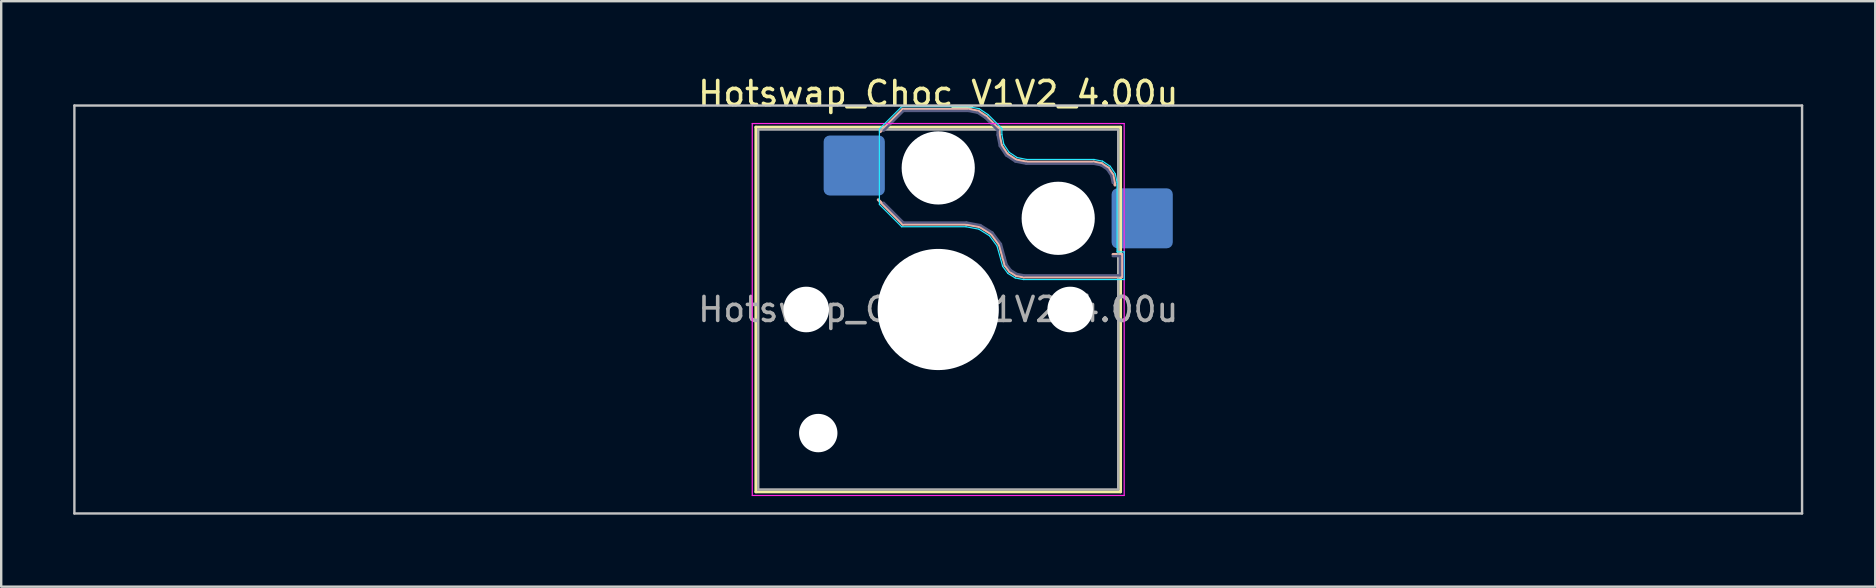
<source format=kicad_pcb>
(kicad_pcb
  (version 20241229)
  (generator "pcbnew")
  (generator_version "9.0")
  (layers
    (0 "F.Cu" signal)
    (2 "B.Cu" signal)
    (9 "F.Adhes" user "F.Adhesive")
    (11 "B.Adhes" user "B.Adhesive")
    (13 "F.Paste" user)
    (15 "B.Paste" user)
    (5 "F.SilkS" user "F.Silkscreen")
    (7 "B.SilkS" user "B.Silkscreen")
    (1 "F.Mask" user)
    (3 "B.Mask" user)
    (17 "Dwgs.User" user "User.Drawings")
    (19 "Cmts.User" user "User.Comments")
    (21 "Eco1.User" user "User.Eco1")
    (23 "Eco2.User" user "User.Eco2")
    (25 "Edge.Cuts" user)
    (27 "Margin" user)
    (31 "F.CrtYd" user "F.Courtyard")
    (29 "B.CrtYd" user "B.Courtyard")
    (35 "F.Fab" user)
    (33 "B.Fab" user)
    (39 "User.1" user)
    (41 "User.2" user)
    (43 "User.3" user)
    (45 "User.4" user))
  (footprint "Hotswap_Choc_V1V2_4.00u"
    (layer "F.Cu")
    (at 36.05 9.848)
    (property "Reference" "Hotswap_Choc_V1V2_4.00u" (at 0 -9 0) (layer "F.SilkS") (effects (font (size 1 1) (thickness 0.15))))
    (attr smd)
    (fp_line (start -7.6 -7.6) (end -7.6 7.6) (stroke (width 0.12) (type solid)) (layer "F.SilkS"))
    (fp_line (start -7.6 7.6) (end 7.6 7.6) (stroke (width 0.12) (type solid)) (layer "F.SilkS"))
    (fp_line (start 7.6 -7.6) (end -7.6 -7.6) (stroke (width 0.12) (type solid)) (layer "F.SilkS"))
    (fp_line (start 7.6 7.6) (end 7.6 -7.6) (stroke (width 0.12) (type solid)) (layer "F.SilkS"))
    (fp_line (start -2.416 -7.409) (end -1.479 -8.346) (stroke (width 0.12) (type solid)) (layer "B.SilkS"))
    (fp_line (start -1.479 -8.346) (end 1.268 -8.346) (stroke (width 0.12) (type solid)) (layer "B.SilkS"))
    (fp_line (start -1.479 -3.554) (end -2.5 -4.575) (stroke (width 0.12) (type solid)) (layer "B.SilkS"))
    (fp_line (start 1.168 -3.554) (end -1.479 -3.554) (stroke (width 0.12) (type solid)) (layer "B.SilkS"))
    (fp_line (start 1.268 -8.346) (end 1.671 -8.266) (stroke (width 0.12) (type solid)) (layer "B.SilkS"))
    (fp_line (start 1.671 -8.266) (end 2.013 -8.037) (stroke (width 0.12) (type solid)) (layer "B.SilkS"))
    (fp_line (start 1.73 -3.449) (end 1.168 -3.554) (stroke (width 0.12) (type solid)) (layer "B.SilkS"))
    (fp_line (start 2.013 -8.037) (end 2.546 -7.504) (stroke (width 0.12) (type solid)) (layer "B.SilkS"))
    (fp_line (start 2.209 -3.15) (end 1.73 -3.449) (stroke (width 0.12) (type solid)) (layer "B.SilkS"))
    (fp_line (start 2.546 -7.504) (end 2.546 -7.282) (stroke (width 0.12) (type solid)) (layer "B.SilkS"))
    (fp_line (start 2.546 -7.282) (end 2.633 -6.844) (stroke (width 0.12) (type solid)) (layer "B.SilkS"))
    (fp_line (start 2.547 -2.697) (end 2.209 -3.15) (stroke (width 0.12) (type solid)) (layer "B.SilkS"))
    (fp_line (start 2.633 -6.844) (end 2.877 -6.477) (stroke (width 0.12) (type solid)) (layer "B.SilkS"))
    (fp_line (start 2.701 -2.139) (end 2.547 -2.697) (stroke (width 0.12) (type solid)) (layer "B.SilkS"))
    (fp_line (start 2.783 -1.841) (end 2.701 -2.139) (stroke (width 0.12) (type solid)) (layer "B.SilkS"))
    (fp_line (start 2.877 -6.477) (end 3.244 -6.233) (stroke (width 0.12) (type solid)) (layer "B.SilkS"))
    (fp_line (start 2.976 -1.583) (end 2.783 -1.841) (stroke (width 0.12) (type solid)) (layer "B.SilkS"))
    (fp_line (start 3.244 -6.233) (end 3.682 -6.146) (stroke (width 0.12) (type solid)) (layer "B.SilkS"))
    (fp_line (start 3.25 -1.413) (end 2.976 -1.583) (stroke (width 0.12) (type solid)) (layer "B.SilkS"))
    (fp_line (start 3.56 -1.354) (end 3.25 -1.413) (stroke (width 0.12) (type solid)) (layer "B.SilkS"))
    (fp_line (start 3.682 -6.146) (end 6.482 -6.146) (stroke (width 0.12) (type solid)) (layer "B.SilkS"))
    (fp_line (start 6.482 -6.146) (end 6.809 -6.081) (stroke (width 0.12) (type solid)) (layer "B.SilkS"))
    (fp_line (start 6.809 -6.081) (end 7.092 -5.892) (stroke (width 0.12) (type solid)) (layer "B.SilkS"))
    (fp_line (start 7.092 -5.892) (end 7.281 -5.609) (stroke (width 0.12) (type solid)) (layer "B.SilkS"))
    (fp_line (start 7.281 -5.609) (end 7.366 -5.182) (stroke (width 0.12) (type solid)) (layer "B.SilkS"))
    (fp_line (start 7.283 -2.296) (end 7.646 -2.296) (stroke (width 0.12) (type solid)) (layer "B.SilkS"))
    (fp_line (start 7.646 -2.296) (end 7.646 -1.354) (stroke (width 0.12) (type solid)) (layer "B.SilkS"))
    (fp_line (start 7.646 -1.354) (end 3.56 -1.354) (stroke (width 0.12) (type solid)) (layer "B.SilkS"))
    (fp_line (start -36 -8.5) (end -36 8.5) (stroke (width 0.1) (type solid)) (layer "Dwgs.User"))
    (fp_line (start -36 8.5) (end 36 8.5) (stroke (width 0.1) (type solid)) (layer "Dwgs.User"))
    (fp_line (start 36 -8.5) (end -36 -8.5) (stroke (width 0.1) (type solid)) (layer "Dwgs.User"))
    (fp_line (start 36 8.5) (end 36 -8.5) (stroke (width 0.1) (type solid)) (layer "Dwgs.User"))
    (fp_line (start -7.25 -7.25) (end -7.25 7.25) (stroke (width 0.1) (type solid)) (layer "Eco1.User"))
    (fp_line (start -7.25 7.25) (end 7.25 7.25) (stroke (width 0.1) (type solid)) (layer "Eco1.User"))
    (fp_line (start 7.25 -7.25) (end -7.25 -7.25) (stroke (width 0.1) (type solid)) (layer "Eco1.User"))
    (fp_line (start 7.25 7.25) (end 7.25 -7.25) (stroke (width 0.1) (type solid)) (layer "Eco1.User"))
    (fp_line (start -2.452 -7.523) (end -1.523 -8.452) (stroke (width 0.05) (type solid)) (layer "B.CrtYd"))
    (fp_line (start -2.452 -4.377) (end -2.452 -7.523) (stroke (width 0.05) (type solid)) (layer "B.CrtYd"))
    (fp_line (start -1.523 -8.452) (end 1.278 -8.452) (stroke (width 0.05) (type solid)) (layer "B.CrtYd"))
    (fp_line (start -1.523 -3.448) (end -2.452 -4.377) (stroke (width 0.05) (type solid)) (layer "B.CrtYd"))
    (fp_line (start 1.159 -3.448) (end -1.523 -3.448) (stroke (width 0.05) (type solid)) (layer "B.CrtYd"))
    (fp_line (start 1.278 -8.452) (end 1.712 -8.366) (stroke (width 0.05) (type solid)) (layer "B.CrtYd"))
    (fp_line (start 1.691 -3.348) (end 1.159 -3.448) (stroke (width 0.05) (type solid)) (layer "B.CrtYd"))
    (fp_line (start 1.712 -8.366) (end 2.081 -8.119) (stroke (width 0.05) (type solid)) (layer "B.CrtYd"))
    (fp_line (start 2.081 -8.119) (end 2.652 -7.548) (stroke (width 0.05) (type solid)) (layer "B.CrtYd"))
    (fp_line (start 2.136 -3.071) (end 1.691 -3.348) (stroke (width 0.05) (type solid)) (layer "B.CrtYd"))
    (fp_line (start 2.45 -2.65) (end 2.136 -3.071) (stroke (width 0.05) (type solid)) (layer "B.CrtYd"))
    (fp_line (start 2.599 -2.111) (end 2.45 -2.65) (stroke (width 0.05) (type solid)) (layer "B.CrtYd"))
    (fp_line (start 2.652 -7.548) (end 2.652 -7.292) (stroke (width 0.05) (type solid)) (layer "B.CrtYd"))
    (fp_line (start 2.652 -7.292) (end 2.733 -6.885) (stroke (width 0.05) (type solid)) (layer "B.CrtYd"))
    (fp_line (start 2.687 -1.794) (end 2.599 -2.111) (stroke (width 0.05) (type solid)) (layer "B.CrtYd"))
    (fp_line (start 2.733 -6.885) (end 2.953 -6.553) (stroke (width 0.05) (type solid)) (layer "B.CrtYd"))
    (fp_line (start 2.903 -1.503) (end 2.687 -1.794) (stroke (width 0.05) (type solid)) (layer "B.CrtYd"))
    (fp_line (start 2.953 -6.553) (end 3.285 -6.333) (stroke (width 0.05) (type solid)) (layer "B.CrtYd"))
    (fp_line (start 3.211 -1.312) (end 2.903 -1.503) (stroke (width 0.05) (type solid)) (layer "B.CrtYd"))
    (fp_line (start 3.285 -6.333) (end 3.692 -6.252) (stroke (width 0.05) (type solid)) (layer "B.CrtYd"))
    (fp_line (start 3.55 -1.248) (end 3.211 -1.312) (stroke (width 0.05) (type solid)) (layer "B.CrtYd"))
    (fp_line (start 3.692 -6.252) (end 6.492 -6.252) (stroke (width 0.05) (type solid)) (layer "B.CrtYd"))
    (fp_line (start 6.492 -6.252) (end 6.85 -6.181) (stroke (width 0.05) (type solid)) (layer "B.CrtYd"))
    (fp_line (start 6.85 -6.181) (end 7.168 -5.968) (stroke (width 0.05) (type solid)) (layer "B.CrtYd"))
    (fp_line (start 7.168 -5.968) (end 7.381 -5.65) (stroke (width 0.05) (type solid)) (layer "B.CrtYd"))
    (fp_line (start 7.381 -5.65) (end 7.452 -5.292) (stroke (width 0.05) (type solid)) (layer "B.CrtYd"))
    (fp_line (start 7.452 -5.292) (end 7.452 -2.402) (stroke (width 0.05) (type solid)) (layer "B.CrtYd"))
    (fp_line (start 7.452 -2.402) (end 7.752 -2.402) (stroke (width 0.05) (type solid)) (layer "B.CrtYd"))
    (fp_line (start 7.752 -2.402) (end 7.752 -1.248) (stroke (width 0.05) (type solid)) (layer "B.CrtYd"))
    (fp_line (start 7.752 -1.248) (end 3.55 -1.248) (stroke (width 0.05) (type solid)) (layer "B.CrtYd"))
    (fp_line (start -7.75 -7.75) (end -7.75 7.75) (stroke (width 0.05) (type solid)) (layer "F.CrtYd"))
    (fp_line (start -7.75 7.75) (end 7.75 7.75) (stroke (width 0.05) (type solid)) (layer "F.CrtYd"))
    (fp_line (start 7.75 -7.75) (end -7.75 -7.75) (stroke (width 0.05) (type solid)) (layer "F.CrtYd"))
    (fp_line (start 7.75 7.75) (end 7.75 -7.75) (stroke (width 0.05) (type solid)) (layer "F.CrtYd"))
    (fp_line (start -2.275 -7.45) (end -1.45 -8.275) (stroke (width 0.1) (type solid)) (layer "B.Fab"))
    (fp_line (start -1.45 -8.275) (end 1.261 -8.275) (stroke (width 0.1) (type solid)) (layer "B.Fab"))
    (fp_line (start -1.45 -3.625) (end -2.275 -4.45) (stroke (width 0.1) (type solid)) (layer "B.Fab"))
    (fp_line (start 1.175 -3.625) (end -1.45 -3.625) (stroke (width 0.1) (type solid)) (layer "B.Fab"))
    (fp_line (start 1.261 -8.275) (end 1.643 -8.199) (stroke (width 0.1) (type solid)) (layer "B.Fab"))
    (fp_line (start 1.643 -8.199) (end 1.968 -7.982) (stroke (width 0.1) (type solid)) (layer "B.Fab"))
    (fp_line (start 1.756 -3.516) (end 1.175 -3.625) (stroke (width 0.1) (type solid)) (layer "B.Fab"))
    (fp_line (start 1.968 -7.982) (end 2.475 -7.475) (stroke (width 0.1) (type solid)) (layer "B.Fab"))
    (fp_line (start 2.258 -3.203) (end 1.756 -3.516) (stroke (width 0.1) (type solid)) (layer "B.Fab"))
    (fp_line (start 2.475 -7.475) (end 2.475 -7.275) (stroke (width 0.1) (type solid)) (layer "B.Fab"))
    (fp_line (start 2.475 -7.275) (end 2.566 -6.816) (stroke (width 0.1) (type solid)) (layer "B.Fab"))
    (fp_line (start 2.566 -6.816) (end 2.826 -6.426) (stroke (width 0.1) (type solid)) (layer "B.Fab"))
    (fp_line (start 2.612 -2.729) (end 2.258 -3.203) (stroke (width 0.1) (type solid)) (layer "B.Fab"))
    (fp_line (start 2.769 -2.158) (end 2.612 -2.729) (stroke (width 0.1) (type solid)) (layer "B.Fab"))
    (fp_line (start 2.826 -6.426) (end 3.216 -6.166) (stroke (width 0.1) (type solid)) (layer "B.Fab"))
    (fp_line (start 2.848 -1.873) (end 2.769 -2.158) (stroke (width 0.1) (type solid)) (layer "B.Fab"))
    (fp_line (start 3.025 -1.636) (end 2.848 -1.873) (stroke (width 0.1) (type solid)) (layer "B.Fab"))
    (fp_line (start 3.216 -6.166) (end 3.675 -6.075) (stroke (width 0.1) (type solid)) (layer "B.Fab"))
    (fp_line (start 3.276 -1.48) (end 3.025 -1.636) (stroke (width 0.1) (type solid)) (layer "B.Fab"))
    (fp_line (start 3.567 -1.425) (end 3.276 -1.48) (stroke (width 0.1) (type solid)) (layer "B.Fab"))
    (fp_line (start 3.675 -6.075) (end 6.475 -6.075) (stroke (width 0.1) (type solid)) (layer "B.Fab"))
    (fp_line (start 6.475 -6.075) (end 6.781 -6.014) (stroke (width 0.1) (type solid)) (layer "B.Fab"))
    (fp_line (start 6.781 -6.014) (end 7.041 -5.841) (stroke (width 0.1) (type solid)) (layer "B.Fab"))
    (fp_line (start 7.041 -5.841) (end 7.214 -5.581) (stroke (width 0.1) (type solid)) (layer "B.Fab"))
    (fp_line (start 7.214 -5.581) (end 7.275 -5.275) (stroke (width 0.1) (type solid)) (layer "B.Fab"))
    (fp_line (start 7.275 -2.225) (end 7.575 -2.225) (stroke (width 0.1) (type solid)) (layer "B.Fab"))
    (fp_line (start 7.575 -2.225) (end 7.575 -1.425) (stroke (width 0.1) (type solid)) (layer "B.Fab"))
    (fp_line (start 7.575 -1.425) (end 3.567 -1.425) (stroke (width 0.1) (type solid)) (layer "B.Fab"))
    (fp_line (start -7.5 -7.5) (end -7.5 7.5) (stroke (width 0.1) (type solid)) (layer "F.Fab"))
    (fp_line (start -7.5 7.5) (end 7.5 7.5) (stroke (width 0.1) (type solid)) (layer "F.Fab"))
    (fp_line (start 7.5 -7.5) (end -7.5 -7.5) (stroke (width 0.1) (type solid)) (layer "F.Fab"))
    (fp_line (start 7.5 7.5) (end 7.5 -7.5) (stroke (width 0.1) (type solid)) (layer "F.Fab"))
    (fp_text user "${REFERENCE}" (at 0 0 0) (layer "F.Fab") (effects (font (size 1 1) (thickness 0.15))))
    (pad "" np_thru_hole circle (at -5.5 0) (size 1.9 1.9) (drill 1.9) (layers "*.Cu" "*.Mask"))
    (pad "" np_thru_hole circle (at -5 5.15) (size 1.6 1.6) (drill 1.6) (layers "*.Cu" "*.Mask"))
    (pad "" np_thru_hole circle (at 0 -5.9) (size 3.05 3.05) (drill 3.05) (layers "*.Cu" "*.Mask"))
    (pad "" np_thru_hole circle (at 0 0) (size 5.05 5.05) (drill 5.05) (layers "*.Cu" "*.Mask"))
    (pad "" np_thru_hole circle (at 5 -3.8) (size 3.05 3.05) (drill 3.05) (layers "*.Cu" "*.Mask"))
    (pad "" np_thru_hole circle (at 5.5 0) (size 1.9 1.9) (drill 1.9) (layers "*.Cu" "*.Mask"))
    (pad "1" smd roundrect (at -3.5 -6) (size 2.55 2.5) (layers "B.Cu" "B.Mask" "B.Paste") (roundrect_rratio 0.1))
    (pad "2" smd roundrect (at 8.5 -3.8) (size 2.55 2.5) (layers "B.Cu" "B.Mask" "B.Paste") (roundrect_rratio 0.1)))
  (gr_rect
    (start -3 -3)
    (end 75.1 21.398)
    (stroke (width 0.1) (type default))
    (fill no)
    (layer "Edge.Cuts")))
</source>
